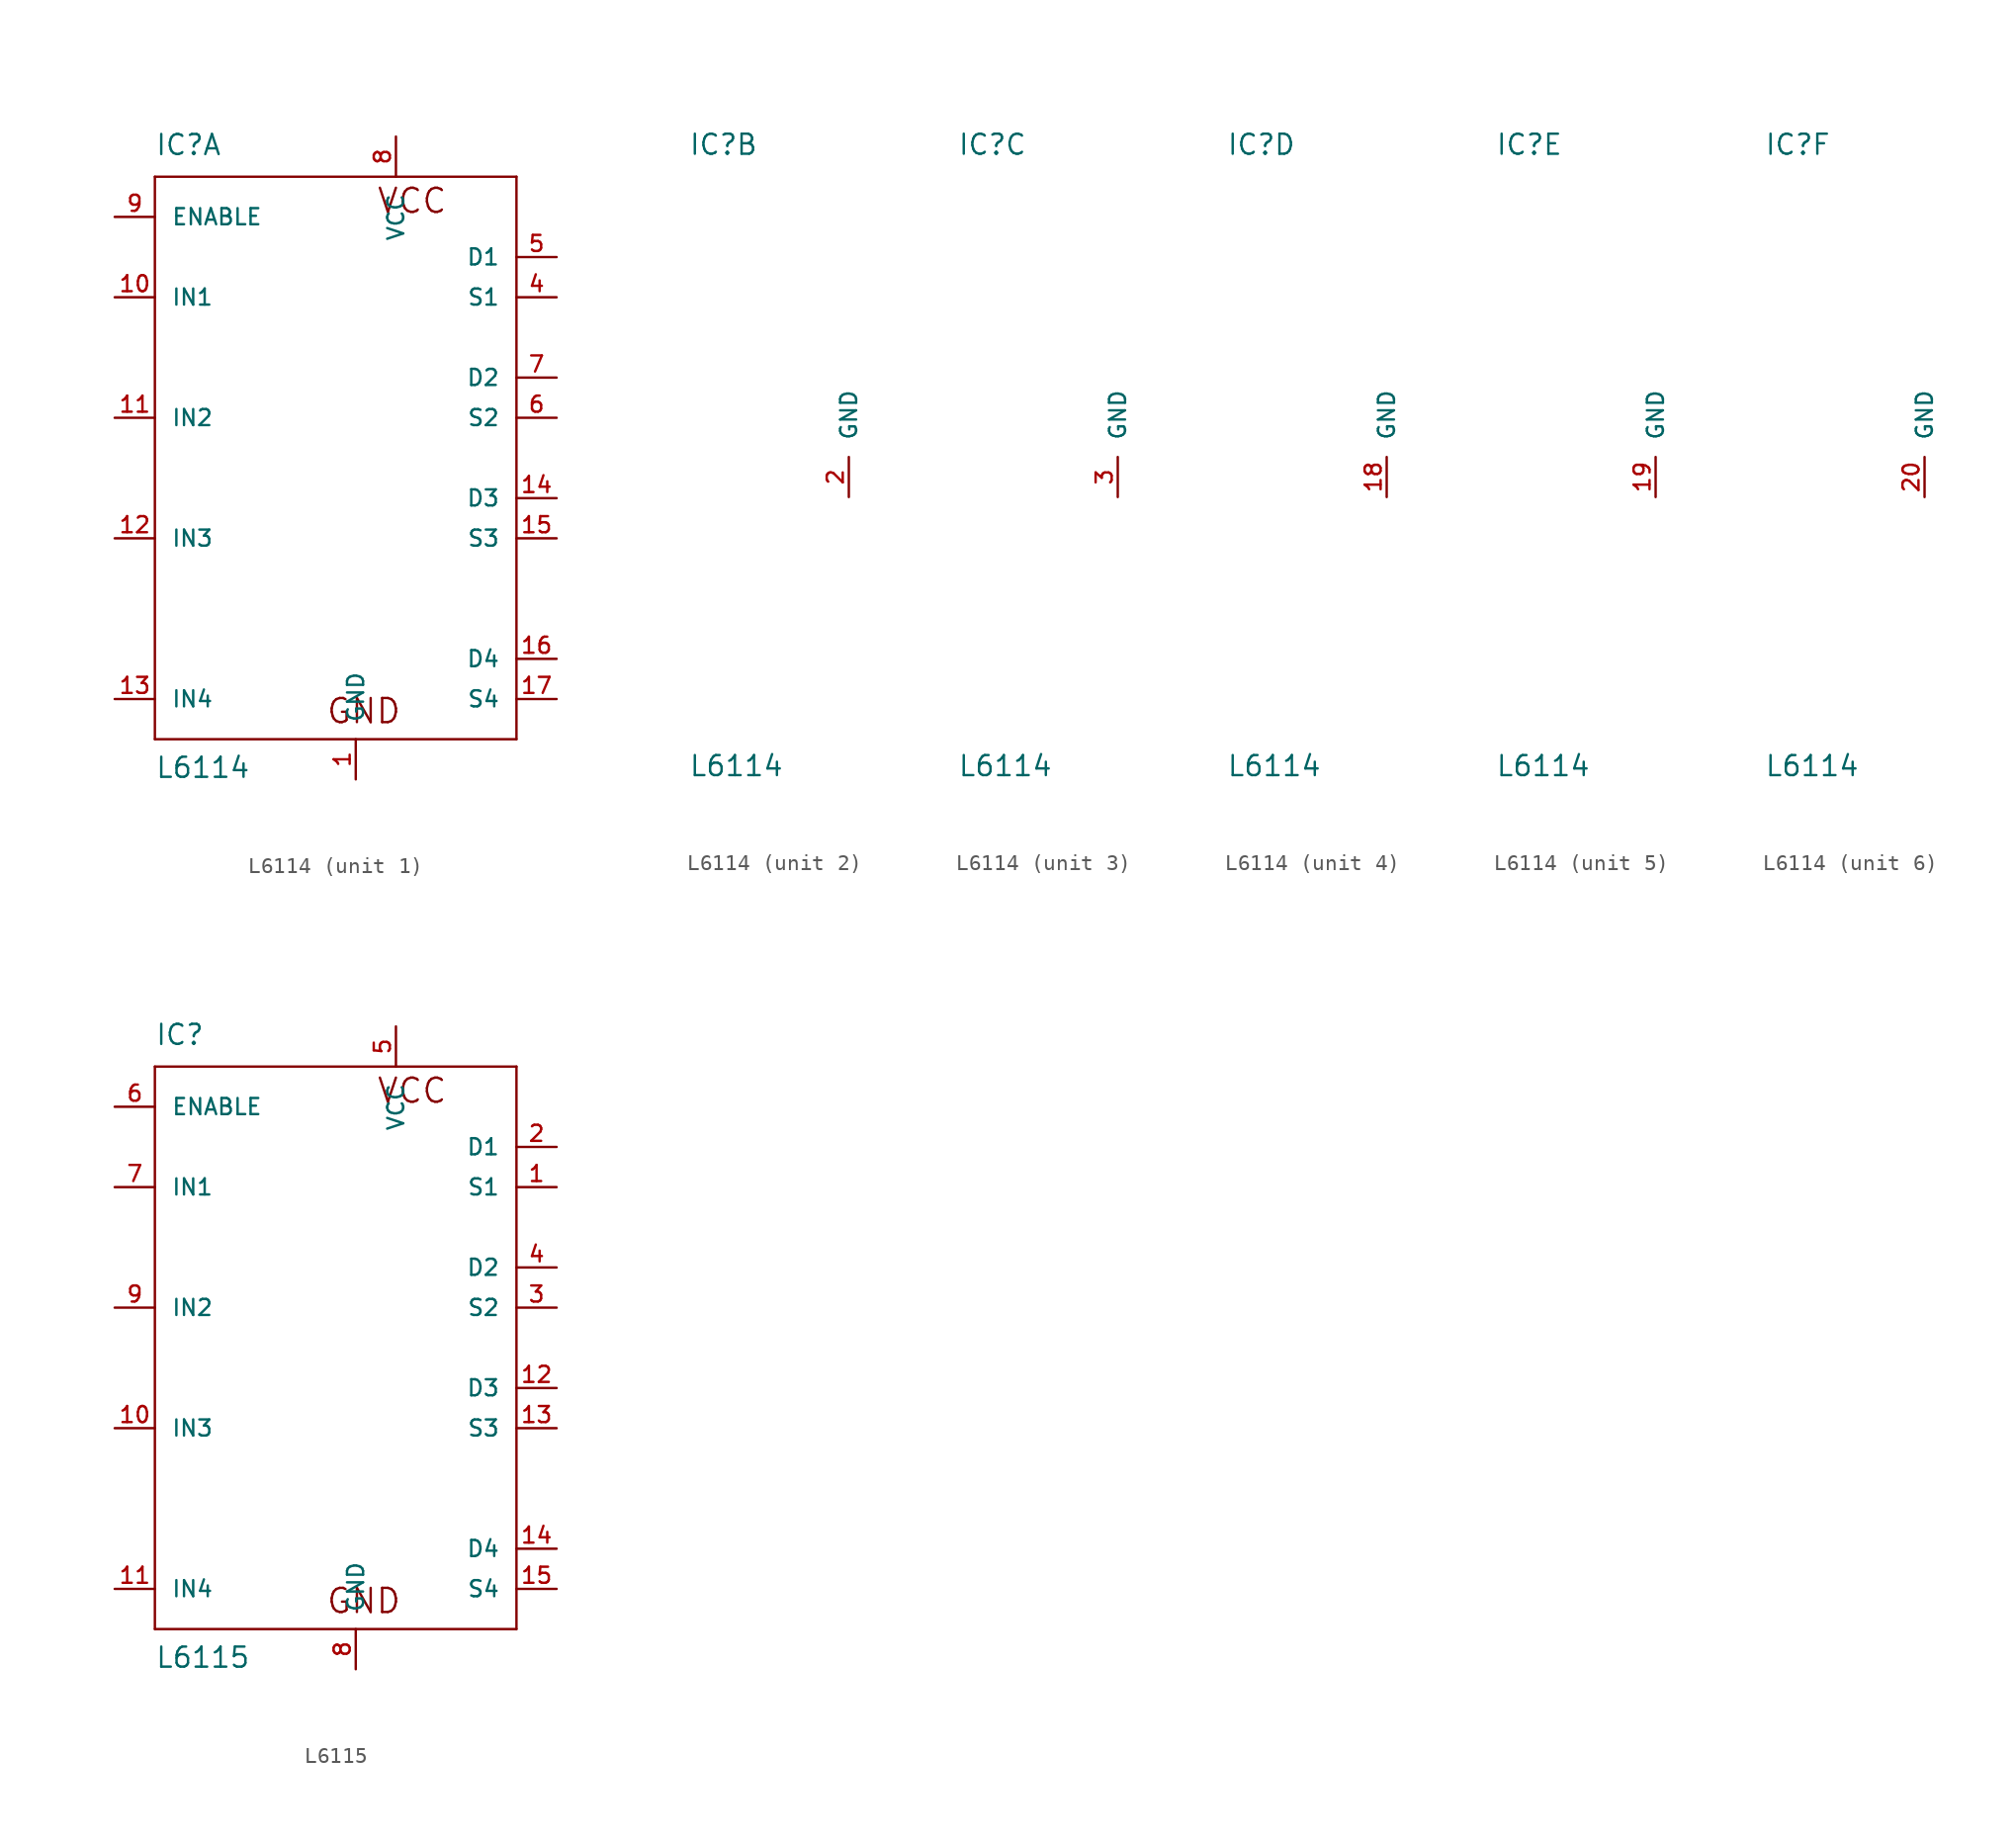
<source format=kicad_sym>
(kicad_symbol_lib
  (version 20211014)
  (generator kicad_symbol_editor)
  (symbol "L6114"
    (pin_names
      (offset 1.016))
    (property "Reference" "IC"
      (at -10.16 19.05 0)
      (effects (font (size 1.27 1.27)) (justify left bottom)))
    (property "Value" "L6114"
      (at -10.16 -20.32 0)
      (effects (font (size 1.27 1.27)) (justify left bottom)))
    (property "ki_locked" ""
      (at 0 0 0)
      (effects (font (size 1.27 1.27))))
    (symbol "L6114_1_0"
      (polyline (pts (xy -10.16 -17.78) (xy -10.16 17.78)) (stroke (width 0) (type default) (color 0 0 0 0)) (fill (type none)))
      (polyline (pts (xy -10.16 17.78) (xy 12.7 17.78)) (stroke (width 0) (type default) (color 0 0 0 0)) (fill (type none)))
      (polyline (pts (xy 12.7 -17.78) (xy -10.16 -17.78)) (stroke (width 0) (type default) (color 0 0 0 0)) (fill (type none)))
      (polyline (pts (xy 12.7 17.78) (xy 12.7 -17.78)) (stroke (width 0) (type default) (color 0 0 0 0)) (fill (type none)))
      (text "GND" (at 3.048 -16.002 0) (effects (font (size 1.524 1.524))))
      (text "VCC" (at 6.096 16.256 0) (effects (font (size 1.524 1.524)))))
    (symbol "L6114_1_1"
      (pin power_in line (at 2.54 -20.32 90) (length 2.54) (name "GND" (effects (font (size 1.016 1.016)))) (number "1" (effects (font (size 1.016 1.016)))))
      (pin input line (at -12.7 10.16 0) (length 2.54) (name "IN1" (effects (font (size 1.016 1.016)))) (number "10" (effects (font (size 1.016 1.016)))))
      (pin input line (at -12.7 2.54 0) (length 2.54) (name "IN2" (effects (font (size 1.016 1.016)))) (number "11" (effects (font (size 1.016 1.016)))))
      (pin input line (at -12.7 -5.08 0) (length 2.54) (name "IN3" (effects (font (size 1.016 1.016)))) (number "12" (effects (font (size 1.016 1.016)))))
      (pin input line (at -12.7 -15.24 0) (length 2.54) (name "IN4" (effects (font (size 1.016 1.016)))) (number "13" (effects (font (size 1.016 1.016)))))
      (pin passive line (at 15.24 -2.54 180) (length 2.54) (name "D3" (effects (font (size 1.016 1.016)))) (number "14" (effects (font (size 1.016 1.016)))))
      (pin passive line (at 15.24 -5.08 180) (length 2.54) (name "S3" (effects (font (size 1.016 1.016)))) (number "15" (effects (font (size 1.016 1.016)))))
      (pin passive line (at 15.24 -12.7 180) (length 2.54) (name "D4" (effects (font (size 1.016 1.016)))) (number "16" (effects (font (size 1.016 1.016)))))
      (pin passive line (at 15.24 -15.24 180) (length 2.54) (name "S4" (effects (font (size 1.016 1.016)))) (number "17" (effects (font (size 1.016 1.016)))))
      (pin passive line (at 15.24 10.16 180) (length 2.54) (name "S1" (effects (font (size 1.016 1.016)))) (number "4" (effects (font (size 1.016 1.016)))))
      (pin passive line (at 15.24 12.7 180) (length 2.54) (name "D1" (effects (font (size 1.016 1.016)))) (number "5" (effects (font (size 1.016 1.016)))))
      (pin passive line (at 15.24 2.54 180) (length 2.54) (name "S2" (effects (font (size 1.016 1.016)))) (number "6" (effects (font (size 1.016 1.016)))))
      (pin passive line (at 15.24 5.08 180) (length 2.54) (name "D2" (effects (font (size 1.016 1.016)))) (number "7" (effects (font (size 1.016 1.016)))))
      (pin power_in line (at 5.08 20.32 270) (length 2.54) (name "VCC" (effects (font (size 1.016 1.016)))) (number "8" (effects (font (size 1.016 1.016)))))
      (pin input line (at -12.7 15.24 0) (length 2.54) (name "ENABLE" (effects (font (size 1.016 1.016)))) (number "9" (effects (font (size 1.016 1.016))))))
    (symbol "L6114_2_1"
      (pin power_in line (at 0 -2.54 90) (length 2.54) (name "GND" (effects (font (size 1.016 1.016)))) (number "2" (effects (font (size 1.016 1.016))))))
    (symbol "L6114_3_1"
      (pin power_in line (at 0 -2.54 90) (length 2.54) (name "GND" (effects (font (size 1.016 1.016)))) (number "3" (effects (font (size 1.016 1.016))))))
    (symbol "L6114_4_1"
      (pin power_in line (at 0 -2.54 90) (length 2.54) (name "GND" (effects (font (size 1.016 1.016)))) (number "18" (effects (font (size 1.016 1.016))))))
    (symbol "L6114_5_1"
      (pin power_in line (at 0 -2.54 90) (length 2.54) (name "GND" (effects (font (size 1.016 1.016)))) (number "19" (effects (font (size 1.016 1.016))))))
    (symbol "L6114_6_1"
      (pin power_in line (at 0 -2.54 90) (length 2.54) (name "GND" (effects (font (size 1.016 1.016)))) (number "20" (effects (font (size 1.016 1.016)))))))
  (symbol "L6115"
    (pin_names
      (offset 1.016))
    (property "Reference" "IC"
      (at -10.16 19.05 0)
      (effects (font (size 1.27 1.27)) (justify left bottom)))
    (property "Value" "L6115"
      (at -10.16 -20.32 0)
      (effects (font (size 1.27 1.27)) (justify left bottom)))
    (property "ki_locked" ""
      (at 0 0 0)
      (effects (font (size 1.27 1.27))))
    (symbol "L6115_1_0"
      (polyline (pts (xy -10.16 -17.78) (xy -10.16 17.78)) (stroke (width 0) (type default) (color 0 0 0 0)) (fill (type none)))
      (polyline (pts (xy -10.16 17.78) (xy 12.7 17.78)) (stroke (width 0) (type default) (color 0 0 0 0)) (fill (type none)))
      (polyline (pts (xy 12.7 -17.78) (xy -10.16 -17.78)) (stroke (width 0) (type default) (color 0 0 0 0)) (fill (type none)))
      (polyline (pts (xy 12.7 17.78) (xy 12.7 -17.78)) (stroke (width 0) (type default) (color 0 0 0 0)) (fill (type none)))
      (text "GND" (at 3.048 -16.002 0) (effects (font (size 1.524 1.524))))
      (text "VCC" (at 6.096 16.256 0) (effects (font (size 1.524 1.524)))))
    (symbol "L6115_1_1"
      (pin passive line (at 15.24 10.16 180) (length 2.54) (name "S1" (effects (font (size 1.016 1.016)))) (number "1" (effects (font (size 1.016 1.016)))))
      (pin input line (at -12.7 -5.08 0) (length 2.54) (name "IN3" (effects (font (size 1.016 1.016)))) (number "10" (effects (font (size 1.016 1.016)))))
      (pin input line (at -12.7 -15.24 0) (length 2.54) (name "IN4" (effects (font (size 1.016 1.016)))) (number "11" (effects (font (size 1.016 1.016)))))
      (pin passive line (at 15.24 -2.54 180) (length 2.54) (name "D3" (effects (font (size 1.016 1.016)))) (number "12" (effects (font (size 1.016 1.016)))))
      (pin passive line (at 15.24 -5.08 180) (length 2.54) (name "S3" (effects (font (size 1.016 1.016)))) (number "13" (effects (font (size 1.016 1.016)))))
      (pin passive line (at 15.24 -12.7 180) (length 2.54) (name "D4" (effects (font (size 1.016 1.016)))) (number "14" (effects (font (size 1.016 1.016)))))
      (pin passive line (at 15.24 -15.24 180) (length 2.54) (name "S4" (effects (font (size 1.016 1.016)))) (number "15" (effects (font (size 1.016 1.016)))))
      (pin passive line (at 15.24 12.7 180) (length 2.54) (name "D1" (effects (font (size 1.016 1.016)))) (number "2" (effects (font (size 1.016 1.016)))))
      (pin passive line (at 15.24 2.54 180) (length 2.54) (name "S2" (effects (font (size 1.016 1.016)))) (number "3" (effects (font (size 1.016 1.016)))))
      (pin passive line (at 15.24 5.08 180) (length 2.54) (name "D2" (effects (font (size 1.016 1.016)))) (number "4" (effects (font (size 1.016 1.016)))))
      (pin power_in line (at 5.08 20.32 270) (length 2.54) (name "VCC" (effects (font (size 1.016 1.016)))) (number "5" (effects (font (size 1.016 1.016)))))
      (pin input line (at -12.7 15.24 0) (length 2.54) (name "ENABLE" (effects (font (size 1.016 1.016)))) (number "6" (effects (font (size 1.016 1.016)))))
      (pin input line (at -12.7 10.16 0) (length 2.54) (name "IN1" (effects (font (size 1.016 1.016)))) (number "7" (effects (font (size 1.016 1.016)))))
      (pin power_in line (at 2.54 -20.32 90) (length 2.54) (name "GND" (effects (font (size 1.016 1.016)))) (number "8" (effects (font (size 1.016 1.016)))))
      (pin input line (at -12.7 2.54 0) (length 2.54) (name "IN2" (effects (font (size 1.016 1.016)))) (number "9" (effects (font (size 1.016 1.016))))))))
</source>
